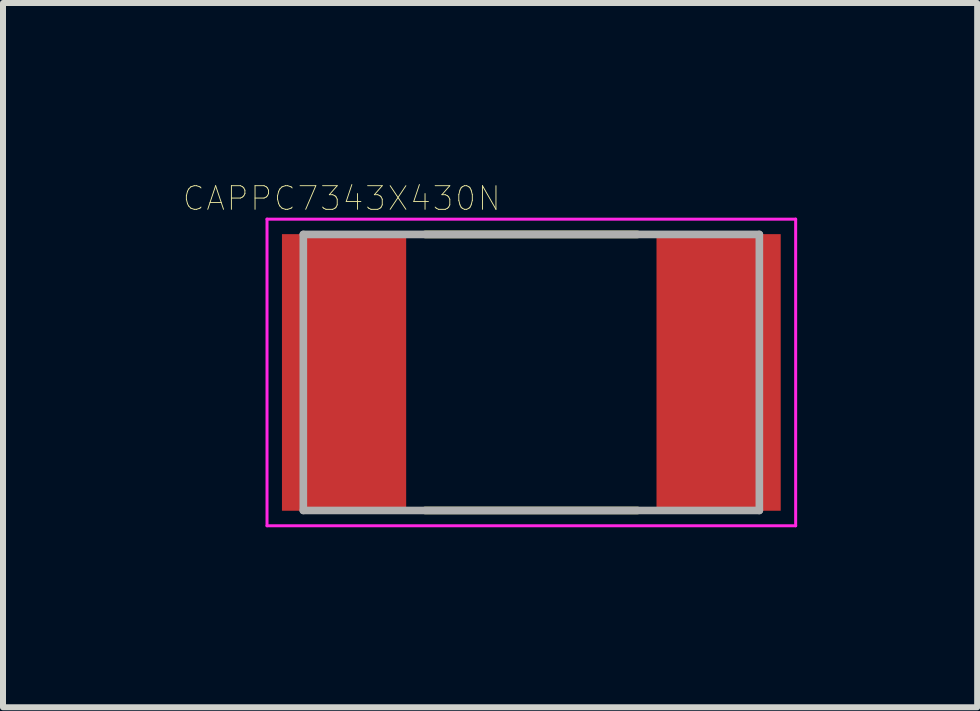
<source format=kicad_pcb>
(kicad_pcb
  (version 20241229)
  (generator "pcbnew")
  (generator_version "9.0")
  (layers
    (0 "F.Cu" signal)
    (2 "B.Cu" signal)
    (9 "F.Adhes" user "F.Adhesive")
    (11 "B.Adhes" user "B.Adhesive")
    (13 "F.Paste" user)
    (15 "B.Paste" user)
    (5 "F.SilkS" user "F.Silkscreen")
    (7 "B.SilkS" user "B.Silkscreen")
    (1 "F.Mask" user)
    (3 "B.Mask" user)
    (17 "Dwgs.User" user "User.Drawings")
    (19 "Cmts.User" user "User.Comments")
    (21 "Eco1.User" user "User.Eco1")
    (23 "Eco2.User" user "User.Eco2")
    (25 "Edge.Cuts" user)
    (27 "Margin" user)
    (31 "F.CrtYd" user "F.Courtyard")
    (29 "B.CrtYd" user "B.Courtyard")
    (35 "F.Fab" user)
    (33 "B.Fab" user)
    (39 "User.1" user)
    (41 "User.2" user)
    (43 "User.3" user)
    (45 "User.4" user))
  (footprint "CAPPC7343X430N"
    (layer "F.Cu")
    (at 5.805 3.157)
    (property "Reference" "CAPPC7343X430N" (at -3.16 -2.9 0) (layer "F.SilkS") (effects (font (size 0.394 0.394) (thickness 0.015))))
    (attr through_hole)
    (fp_line (start -1.77 -2.3) (end 1.77 -2.3) (stroke (width 0.127) (type solid)) (layer "F.SilkS"))
    (fp_line (start -1.77 2.3) (end 1.77 2.3) (stroke (width 0.127) (type solid)) (layer "F.SilkS"))
    (fp_line (start -4.405 -2.555) (end 4.405 -2.555) (stroke (width 0.05) (type solid)) (layer "F.CrtYd"))
    (fp_line (start -4.405 2.555) (end -4.405 -2.555) (stroke (width 0.05) (type solid)) (layer "F.CrtYd"))
    (fp_line (start -4.405 2.555) (end 4.405 2.555) (stroke (width 0.05) (type solid)) (layer "F.CrtYd"))
    (fp_line (start 4.405 2.555) (end 4.405 -2.555) (stroke (width 0.05) (type solid)) (layer "F.CrtYd"))
    (fp_line (start -3.8 2.3) (end -3.8 -2.3) (stroke (width 0.127) (type solid)) (layer "F.Fab"))
    (fp_line (start 3.8 -2.3) (end -3.8 -2.3) (stroke (width 0.127) (type solid)) (layer "F.Fab"))
    (fp_line (start 3.8 2.3) (end -3.8 2.3) (stroke (width 0.127) (type solid)) (layer "F.Fab"))
    (fp_line (start 3.8 2.3) (end 3.8 -2.3) (stroke (width 0.127) (type solid)) (layer "F.Fab"))
    (pad "1" smd rect (at -3.121 0) (size 2.07 4.61) (layers "F.Cu" "F.Mask" "F.Paste"))
    (pad "2" smd rect (at 3.121 0) (size 2.07 4.61) (layers "F.Cu" "F.Mask" "F.Paste")))
  (gr_rect
    (start -3 -3)
    (end 13.235 8.737)
    (stroke (width 0.1) (type default))
    (fill no)
    (layer "Edge.Cuts")))
</source>
